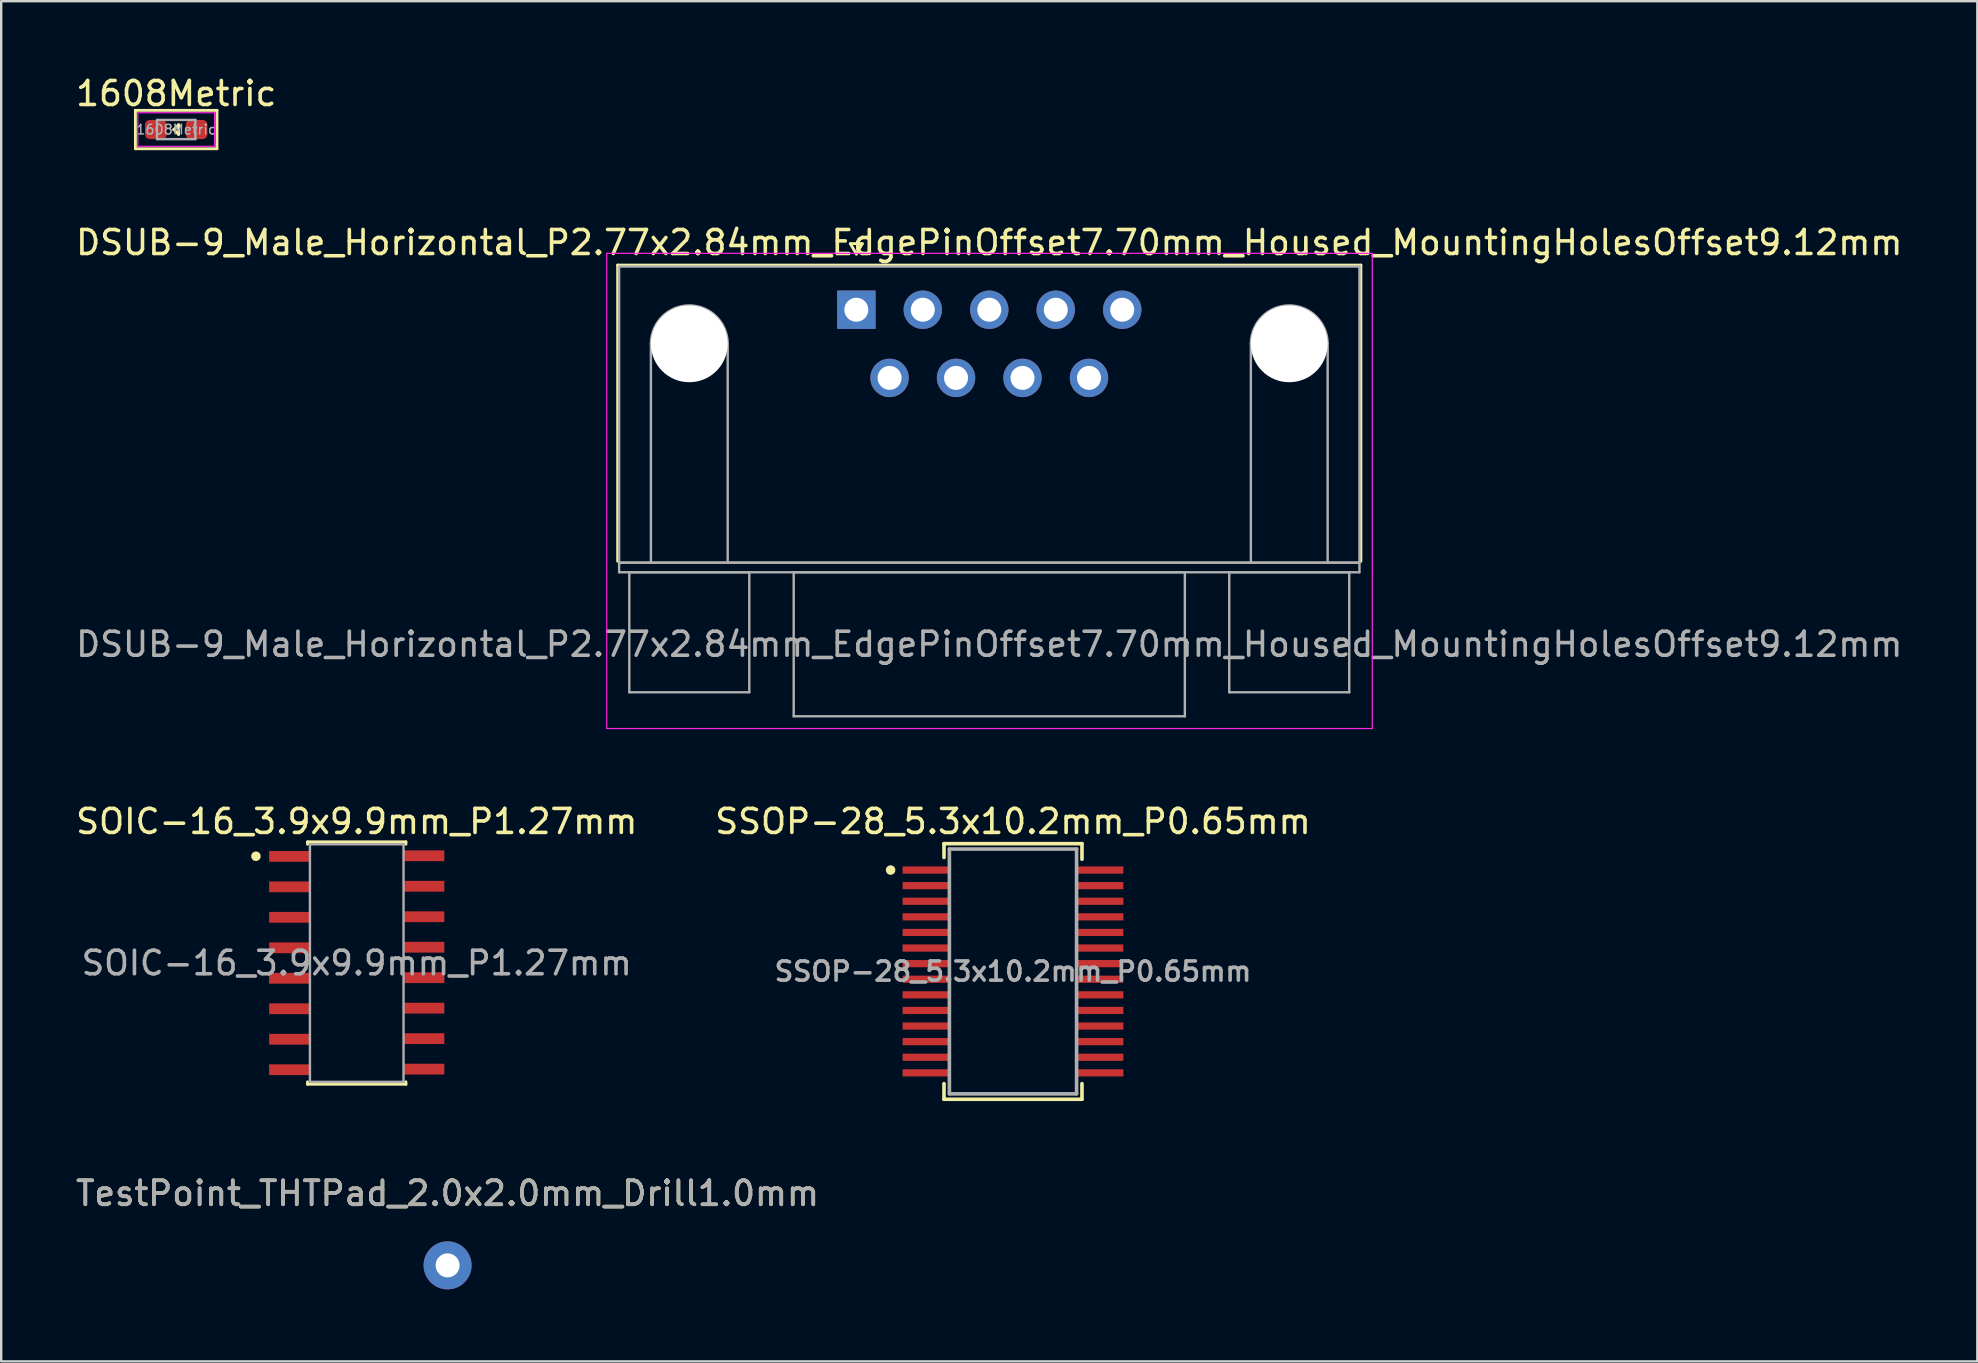
<source format=kicad_pcb>
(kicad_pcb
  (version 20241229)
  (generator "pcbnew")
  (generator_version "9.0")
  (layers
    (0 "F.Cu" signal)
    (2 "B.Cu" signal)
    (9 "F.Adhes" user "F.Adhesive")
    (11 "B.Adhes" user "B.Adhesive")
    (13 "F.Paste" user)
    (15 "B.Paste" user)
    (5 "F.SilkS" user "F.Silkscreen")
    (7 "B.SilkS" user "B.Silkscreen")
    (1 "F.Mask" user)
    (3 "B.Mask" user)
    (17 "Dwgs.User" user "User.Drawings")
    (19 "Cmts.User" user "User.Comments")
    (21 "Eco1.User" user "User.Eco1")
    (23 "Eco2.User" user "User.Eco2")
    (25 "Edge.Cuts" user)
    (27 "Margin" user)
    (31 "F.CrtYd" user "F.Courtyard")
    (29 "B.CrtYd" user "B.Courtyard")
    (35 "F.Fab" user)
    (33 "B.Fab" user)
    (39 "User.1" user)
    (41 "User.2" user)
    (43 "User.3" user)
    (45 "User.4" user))
  (footprint "1608Metric"
    (layer "F.Cu")
    (at 4.292 2.348)
    (property "Reference" "1608Metric" (at 0 -1.5 0) (layer "F.SilkS") (effects (font (size 1 1) (thickness 0.15))))
    (attr smd)
    (fp_line (start -1.7 -0.8) (end -1.7 0.8) (stroke (width 0.12) (type solid)) (layer "F.SilkS"))
    (fp_line (start -1.7 -0.8) (end 1.7 -0.8) (stroke (width 0.12) (type solid)) (layer "F.SilkS"))
    (fp_line (start -1.7 0.8) (end 1.7 0.8) (stroke (width 0.12) (type solid)) (layer "F.SilkS"))
    (fp_line (start -0.1 0) (end 0.1 -0.2) (stroke (width 0.12) (type solid)) (layer "F.SilkS"))
    (fp_line (start 0.1 -0.2) (end 0.1 0.2) (stroke (width 0.12) (type solid)) (layer "F.SilkS"))
    (fp_line (start 0.1 0.2) (end -0.1 0) (stroke (width 0.12) (type solid)) (layer "F.SilkS"))
    (fp_line (start 1.7 -0.8) (end 1.7 0.8) (stroke (width 0.12) (type solid)) (layer "F.SilkS"))
    (fp_line (start -1.6 -0.7) (end 1.6 -0.7) (stroke (width 0.05) (type solid)) (layer "F.CrtYd"))
    (fp_line (start -1.6 0.7) (end -1.6 -0.7) (stroke (width 0.05) (type solid)) (layer "F.CrtYd"))
    (fp_line (start 1.6 -0.7) (end 1.6 0.7) (stroke (width 0.05) (type solid)) (layer "F.CrtYd"))
    (fp_line (start 1.6 0.7) (end -1.6 0.7) (stroke (width 0.05) (type solid)) (layer "F.CrtYd"))
    (fp_line (start -0.8 -0.4) (end 0.8 -0.4) (stroke (width 0.1) (type solid)) (layer "F.Fab"))
    (fp_line (start -0.8 0.4) (end -0.8 -0.4) (stroke (width 0.1) (type solid)) (layer "F.Fab"))
    (fp_line (start 0.8 -0.4) (end 0.8 0.4) (stroke (width 0.1) (type solid)) (layer "F.Fab"))
    (fp_line (start 0.8 0.4) (end -0.8 0.4) (stroke (width 0.1) (type solid)) (layer "F.Fab"))
    (fp_text user "${REFERENCE}" (at 0 0 0) (layer "F.Fab") (effects (font (size 0.4 0.4) (thickness 0.06))))
    (pad "1" smd roundrect (at -0.85 0) (size 0.9 0.8) (layers "F.Cu" "F.Mask" "F.Paste") (roundrect_rratio 0.25))
    (pad "2" smd roundrect (at 0.85 0) (size 0.9 0.8) (layers "F.Cu" "F.Mask" "F.Paste") (roundrect_rratio 0.25)))
  (footprint "DSUB-9_Male_Horizontal_P2.77x2.84mm_EdgePinOffset7.70mm_Housed_MountingHolesOffset9.12mm"
    (layer "F.Cu")
    (at 32.633 9.857)
    (property "Reference" "DSUB-9_Male_Horizontal_P2.77x2.84mm_EdgePinOffset7.70mm_Housed_MountingHolesOffset9.12mm" (at 5.54 -2.8 0) (layer "F.SilkS") (effects (font (size 1 1) (thickness 0.15))))
    (attr through_hole)
    (fp_line (start -9.945 -1.86) (end 21.025 -1.86) (stroke (width 0.12) (type solid)) (layer "F.SilkS"))
    (fp_line (start -9.945 10.48) (end -9.945 -1.86) (stroke (width 0.12) (type solid)) (layer "F.SilkS"))
    (fp_line (start -0.25 -2.754) (end 0.25 -2.754) (stroke (width 0.12) (type solid)) (layer "F.SilkS"))
    (fp_line (start 0 -2.321) (end -0.25 -2.754) (stroke (width 0.12) (type solid)) (layer "F.SilkS"))
    (fp_line (start 0.25 -2.754) (end 0 -2.321) (stroke (width 0.12) (type solid)) (layer "F.SilkS"))
    (fp_line (start 21.025 -1.86) (end 21.025 10.48) (stroke (width 0.12) (type solid)) (layer "F.SilkS"))
    (fp_line (start -10.4 -2.35) (end -10.4 17.45) (stroke (width 0.05) (type solid)) (layer "F.CrtYd"))
    (fp_line (start -10.4 17.45) (end 21.5 17.45) (stroke (width 0.05) (type solid)) (layer "F.CrtYd"))
    (fp_line (start 21.5 -2.35) (end -10.4 -2.35) (stroke (width 0.05) (type solid)) (layer "F.CrtYd"))
    (fp_line (start 21.5 17.45) (end 21.5 -2.35) (stroke (width 0.05) (type solid)) (layer "F.CrtYd"))
    (fp_line (start -9.885 -1.8) (end -9.885 10.54) (stroke (width 0.1) (type solid)) (layer "F.Fab"))
    (fp_line (start -9.885 10.54) (end -9.885 10.94) (stroke (width 0.1) (type solid)) (layer "F.Fab"))
    (fp_line (start -9.885 10.54) (end 20.965 10.54) (stroke (width 0.1) (type solid)) (layer "F.Fab"))
    (fp_line (start -9.885 10.94) (end 20.965 10.94) (stroke (width 0.1) (type solid)) (layer "F.Fab"))
    (fp_line (start -9.46 10.94) (end -9.46 15.94) (stroke (width 0.1) (type solid)) (layer "F.Fab"))
    (fp_line (start -9.46 15.94) (end -4.46 15.94) (stroke (width 0.1) (type solid)) (layer "F.Fab"))
    (fp_line (start -8.56 10.54) (end -8.56 1.42) (stroke (width 0.1) (type solid)) (layer "F.Fab"))
    (fp_line (start -5.36 10.54) (end -5.36 1.42) (stroke (width 0.1) (type solid)) (layer "F.Fab"))
    (fp_line (start -4.46 10.94) (end -9.46 10.94) (stroke (width 0.1) (type solid)) (layer "F.Fab"))
    (fp_line (start -4.46 15.94) (end -4.46 10.94) (stroke (width 0.1) (type solid)) (layer "F.Fab"))
    (fp_line (start -2.61 10.94) (end -2.61 16.94) (stroke (width 0.1) (type solid)) (layer "F.Fab"))
    (fp_line (start -2.61 16.94) (end 13.69 16.94) (stroke (width 0.1) (type solid)) (layer "F.Fab"))
    (fp_line (start 13.69 10.94) (end -2.61 10.94) (stroke (width 0.1) (type solid)) (layer "F.Fab"))
    (fp_line (start 13.69 16.94) (end 13.69 10.94) (stroke (width 0.1) (type solid)) (layer "F.Fab"))
    (fp_line (start 15.54 10.94) (end 15.54 15.94) (stroke (width 0.1) (type solid)) (layer "F.Fab"))
    (fp_line (start 15.54 15.94) (end 20.54 15.94) (stroke (width 0.1) (type solid)) (layer "F.Fab"))
    (fp_line (start 16.44 10.54) (end 16.44 1.42) (stroke (width 0.1) (type solid)) (layer "F.Fab"))
    (fp_line (start 19.64 10.54) (end 19.64 1.42) (stroke (width 0.1) (type solid)) (layer "F.Fab"))
    (fp_line (start 20.54 10.94) (end 15.54 10.94) (stroke (width 0.1) (type solid)) (layer "F.Fab"))
    (fp_line (start 20.54 15.94) (end 20.54 10.94) (stroke (width 0.1) (type solid)) (layer "F.Fab"))
    (fp_line (start 20.965 -1.8) (end -9.885 -1.8) (stroke (width 0.1) (type solid)) (layer "F.Fab"))
    (fp_line (start 20.965 10.54) (end -9.885 10.54) (stroke (width 0.1) (type solid)) (layer "F.Fab"))
    (fp_line (start 20.965 10.54) (end 20.965 -1.8) (stroke (width 0.1) (type solid)) (layer "F.Fab"))
    (fp_line (start 20.965 10.94) (end 20.965 10.54) (stroke (width 0.1) (type solid)) (layer "F.Fab"))
    (fp_arc (start -8.56 1.42) (mid -6.96 -0.18) (end -5.36 1.42) (stroke (width 0.1) (type solid)) (layer "F.Fab"))
    (fp_arc (start 16.44 1.42) (mid 18.04 -0.18) (end 19.64 1.42) (stroke (width 0.1) (type solid)) (layer "F.Fab"))
    (fp_text user "${REFERENCE}" (at 5.54 13.94 0) (layer "F.Fab") (effects (font (size 1 1) (thickness 0.15))))
    (pad "" np_thru_hole circle (at -6.96 1.42) (size 3.2 3.2) (drill 3.2) (layers "*.Cu" "*.Mask"))
    (pad "" np_thru_hole circle (at 18.04 1.42) (size 3.2 3.2) (drill 3.2) (layers "*.Cu" "*.Mask"))
    (pad "1" thru_hole rect (at 0 0) (size 1.6 1.6) (drill 1) (layers "*.Cu" "*.Mask"))
    (pad "2" thru_hole circle (at 2.77 0) (size 1.6 1.6) (drill 1) (layers "*.Cu" "*.Mask"))
    (pad "3" thru_hole circle (at 5.54 0) (size 1.6 1.6) (drill 1) (layers "*.Cu" "*.Mask"))
    (pad "4" thru_hole circle (at 8.31 0) (size 1.6 1.6) (drill 1) (layers "*.Cu" "*.Mask"))
    (pad "5" thru_hole circle (at 11.08 0) (size 1.6 1.6) (drill 1) (layers "*.Cu" "*.Mask"))
    (pad "6" thru_hole circle (at 1.385 2.84) (size 1.6 1.6) (drill 1) (layers "*.Cu" "*.Mask"))
    (pad "7" thru_hole circle (at 4.155 2.84) (size 1.6 1.6) (drill 1) (layers "*.Cu" "*.Mask"))
    (pad "8" thru_hole circle (at 6.925 2.84) (size 1.6 1.6) (drill 1) (layers "*.Cu" "*.Mask"))
    (pad "9" thru_hole circle (at 9.695 2.84) (size 1.6 1.6) (drill 1) (layers "*.Cu" "*.Mask")))
  (footprint "TestPoint_THTPad_2.0x2.0mm_Drill1.0mm"
    (layer "F.Cu")
    (at 15.601 49.678)
    (property "Reference" "TestPoint_THTPad_2.0x2.0mm_Drill1.0mm" (at 0 -3 0) (layer "F.SilkS") (effects (font (size 1 1) (thickness 0.15))))
    (attr exclude_from_pos_files exclude_from_bom)
    (fp_text user "${REFERENCE}" (at 0 -3 0) (layer "F.Fab") (effects (font (size 1 1) (thickness 0.15))))
    (pad "1" thru_hole circle (at 0 0) (size 2 2) (drill 1) (layers "*.Cu" "*.Mask")))
  (footprint "SOIC-16_3.9x9.9mm_P1.27mm"
    (layer "F.Cu")
    (at 11.815 37.08)
    (property "Reference" "SOIC-16_3.9x9.9mm_P1.27mm" (at 0 -5.9 0) (layer "F.SilkS") (effects (font (size 1 1) (thickness 0.15))))
    (attr smd)
    (fp_line (start -2.05 -4.95) (end -2.05 -5.05) (stroke (width 0.12) (type solid)) (layer "F.SilkS"))
    (fp_line (start -2.05 5.05) (end -2.05 4.95) (stroke (width 0.12) (type solid)) (layer "F.SilkS"))
    (fp_line (start -2.05 5.05) (end 2.05 5.05) (stroke (width 0.12) (type solid)) (layer "F.SilkS"))
    (fp_line (start 2.05 -5.05) (end -2.05 -5.05) (stroke (width 0.12) (type solid)) (layer "F.SilkS"))
    (fp_line (start 2.05 -5.05) (end 2.05 -4.95) (stroke (width 0.12) (type solid)) (layer "F.SilkS"))
    (fp_line (start 2.05 5.05) (end 2.05 4.95) (stroke (width 0.12) (type solid)) (layer "F.SilkS"))
    (fp_circle (center -4.2 -4.45) (end -4.1 -4.45) (stroke (width 0.2) (type default)) (fill no) (layer "F.SilkS"))
    (fp_line (start -1.95 -4.95) (end 1.95 -4.95) (stroke (width 0.1) (type solid)) (layer "F.Fab"))
    (fp_line (start -1.95 4.95) (end -1.95 -4.95) (stroke (width 0.1) (type solid)) (layer "F.Fab"))
    (fp_line (start 1.95 -4.95) (end 1.95 4.95) (stroke (width 0.1) (type solid)) (layer "F.Fab"))
    (fp_line (start 1.95 4.95) (end -1.95 4.95) (stroke (width 0.1) (type solid)) (layer "F.Fab"))
    (fp_text user "${REFERENCE}" (at 0 0 0) (layer "F.Fab") (effects (font (size 0.98 0.98) (thickness 0.15))))
    (pad "1" smd rect (at -2.8 -4.445) (size 1.7 0.45) (layers "F.Cu" "F.Mask" "F.Paste"))
    (pad "2" smd rect (at -2.8 -3.175) (size 1.7 0.45) (layers "F.Cu" "F.Mask" "F.Paste"))
    (pad "3" smd rect (at -2.8 -1.905) (size 1.7 0.45) (layers "F.Cu" "F.Mask" "F.Paste"))
    (pad "4" smd rect (at -2.8 -0.635) (size 1.7 0.45) (layers "F.Cu" "F.Mask" "F.Paste"))
    (pad "5" smd rect (at -2.8 0.635) (size 1.7 0.45) (layers "F.Cu" "F.Mask" "F.Paste"))
    (pad "6" smd rect (at -2.8 1.905) (size 1.7 0.45) (layers "F.Cu" "F.Mask" "F.Paste"))
    (pad "7" smd rect (at -2.8 3.175) (size 1.7 0.45) (layers "F.Cu" "F.Mask" "F.Paste"))
    (pad "8" smd rect (at -2.8 4.445) (size 1.7 0.45) (layers "F.Cu" "F.Mask" "F.Paste"))
    (pad "9" smd rect (at 2.8 4.42) (size 1.7 0.45) (layers "F.Cu" "F.Mask" "F.Paste"))
    (pad "10" smd rect (at 2.8 3.15) (size 1.7 0.45) (layers "F.Cu" "F.Mask" "F.Paste"))
    (pad "11" smd rect (at 2.8 1.88) (size 1.7 0.45) (layers "F.Cu" "F.Mask" "F.Paste"))
    (pad "12" smd rect (at 2.8 0.61) (size 1.7 0.45) (layers "F.Cu" "F.Mask" "F.Paste"))
    (pad "13" smd rect (at 2.8 -0.66) (size 1.7 0.45) (layers "F.Cu" "F.Mask" "F.Paste"))
    (pad "14" smd rect (at 2.8 -1.93) (size 1.7 0.45) (layers "F.Cu" "F.Mask" "F.Paste"))
    (pad "15" smd rect (at 2.8 -3.2) (size 1.7 0.45) (layers "F.Cu" "F.Mask" "F.Paste"))
    (pad "16" smd rect (at 2.8 -4.47) (size 1.7 0.45) (layers "F.Cu" "F.Mask" "F.Paste")))
  (footprint "SSOP-28_5.3x10.2mm_P0.65mm"
    (layer "F.Cu")
    (at 39.161 37.43)
    (property "Reference" "SSOP-28_5.3x10.2mm_P0.65mm" (at 0 -6.25 0) (layer "F.SilkS") (effects (font (size 1 1) (thickness 0.15))))
    (attr smd)
    (fp_line (start -2.875 -5.325) (end -2.875 -4.75) (stroke (width 0.15) (type solid)) (layer "F.SilkS"))
    (fp_line (start -2.875 -5.325) (end 2.875 -5.325) (stroke (width 0.15) (type solid)) (layer "F.SilkS"))
    (fp_line (start -2.875 5.325) (end -2.875 4.675) (stroke (width 0.15) (type solid)) (layer "F.SilkS"))
    (fp_line (start -2.875 5.325) (end 2.875 5.325) (stroke (width 0.15) (type solid)) (layer "F.SilkS"))
    (fp_line (start 2.875 -5.325) (end 2.875 -4.675) (stroke (width 0.15) (type solid)) (layer "F.SilkS"))
    (fp_line (start 2.875 5.325) (end 2.875 4.675) (stroke (width 0.15) (type solid)) (layer "F.SilkS"))
    (fp_circle (center -5.1 -4.225) (end -5 -4.225) (stroke (width 0.2) (type default)) (fill no) (layer "F.SilkS"))
    (fp_line (start -2.65 -5.1) (end 2.65 -5.1) (stroke (width 0.15) (type solid)) (layer "F.Fab"))
    (fp_line (start -2.65 5.1) (end -2.65 -5.1) (stroke (width 0.15) (type solid)) (layer "F.Fab"))
    (fp_line (start 2.65 -5.1) (end 2.65 5.1) (stroke (width 0.15) (type solid)) (layer "F.Fab"))
    (fp_line (start 2.65 5.1) (end -2.65 5.1) (stroke (width 0.15) (type solid)) (layer "F.Fab"))
    (fp_text user "${REFERENCE}" (at 0 0 0) (layer "F.Fab") (effects (font (size 0.8 0.8) (thickness 0.15))))
    (pad "1" smd rect (at -3.65 -4.225) (size 1.9 0.3) (layers "F.Cu" "F.Mask" "F.Paste"))
    (pad "2" smd rect (at -3.65 -3.575) (size 1.9 0.3) (layers "F.Cu" "F.Mask" "F.Paste"))
    (pad "3" smd rect (at -3.65 -2.925) (size 1.9 0.3) (layers "F.Cu" "F.Mask" "F.Paste"))
    (pad "4" smd rect (at -3.65 -2.275) (size 1.9 0.3) (layers "F.Cu" "F.Mask" "F.Paste"))
    (pad "5" smd rect (at -3.65 -1.625) (size 1.9 0.3) (layers "F.Cu" "F.Mask" "F.Paste"))
    (pad "6" smd rect (at -3.65 -0.975) (size 1.9 0.3) (layers "F.Cu" "F.Mask" "F.Paste"))
    (pad "7" smd rect (at -3.65 -0.325) (size 1.9 0.3) (layers "F.Cu" "F.Mask" "F.Paste"))
    (pad "8" smd rect (at -3.65 0.325) (size 1.9 0.3) (layers "F.Cu" "F.Mask" "F.Paste"))
    (pad "9" smd rect (at -3.65 0.975) (size 1.9 0.3) (layers "F.Cu" "F.Mask" "F.Paste"))
    (pad "10" smd rect (at -3.65 1.625) (size 1.9 0.3) (layers "F.Cu" "F.Mask" "F.Paste"))
    (pad "11" smd rect (at -3.65 2.275) (size 1.9 0.3) (layers "F.Cu" "F.Mask" "F.Paste"))
    (pad "12" smd rect (at -3.65 2.925) (size 1.9 0.3) (layers "F.Cu" "F.Mask" "F.Paste"))
    (pad "13" smd rect (at -3.65 3.575) (size 1.9 0.3) (layers "F.Cu" "F.Mask" "F.Paste"))
    (pad "14" smd rect (at -3.65 4.225) (size 1.9 0.3) (layers "F.Cu" "F.Mask" "F.Paste"))
    (pad "15" smd rect (at 3.65 4.225) (size 1.9 0.3) (layers "F.Cu" "F.Mask" "F.Paste"))
    (pad "16" smd rect (at 3.65 3.575) (size 1.9 0.3) (layers "F.Cu" "F.Mask" "F.Paste"))
    (pad "17" smd rect (at 3.65 2.925) (size 1.9 0.3) (layers "F.Cu" "F.Mask" "F.Paste"))
    (pad "18" smd rect (at 3.65 2.275) (size 1.9 0.3) (layers "F.Cu" "F.Mask" "F.Paste"))
    (pad "19" smd rect (at 3.65 1.625) (size 1.9 0.3) (layers "F.Cu" "F.Mask" "F.Paste"))
    (pad "20" smd rect (at 3.65 0.975) (size 1.9 0.3) (layers "F.Cu" "F.Mask" "F.Paste"))
    (pad "21" smd rect (at 3.65 0.325) (size 1.9 0.3) (layers "F.Cu" "F.Mask" "F.Paste"))
    (pad "22" smd rect (at 3.65 -0.325) (size 1.9 0.3) (layers "F.Cu" "F.Mask" "F.Paste"))
    (pad "23" smd rect (at 3.65 -0.975) (size 1.9 0.3) (layers "F.Cu" "F.Mask" "F.Paste"))
    (pad "24" smd rect (at 3.65 -1.625) (size 1.9 0.3) (layers "F.Cu" "F.Mask" "F.Paste"))
    (pad "25" smd rect (at 3.65 -2.275) (size 1.9 0.3) (layers "F.Cu" "F.Mask" "F.Paste"))
    (pad "26" smd rect (at 3.65 -2.925) (size 1.9 0.3) (layers "F.Cu" "F.Mask" "F.Paste"))
    (pad "27" smd rect (at 3.65 -3.575) (size 1.9 0.3) (layers "F.Cu" "F.Mask" "F.Paste"))
    (pad "28" smd rect (at 3.65 -4.225) (size 1.9 0.3) (layers "F.Cu" "F.Mask" "F.Paste")))
  (gr_rect
    (start -3 -3)
    (end 79.345 53.678)
    (stroke (width 0.1) (type default))
    (fill no)
    (layer "Edge.Cuts")))
</source>
